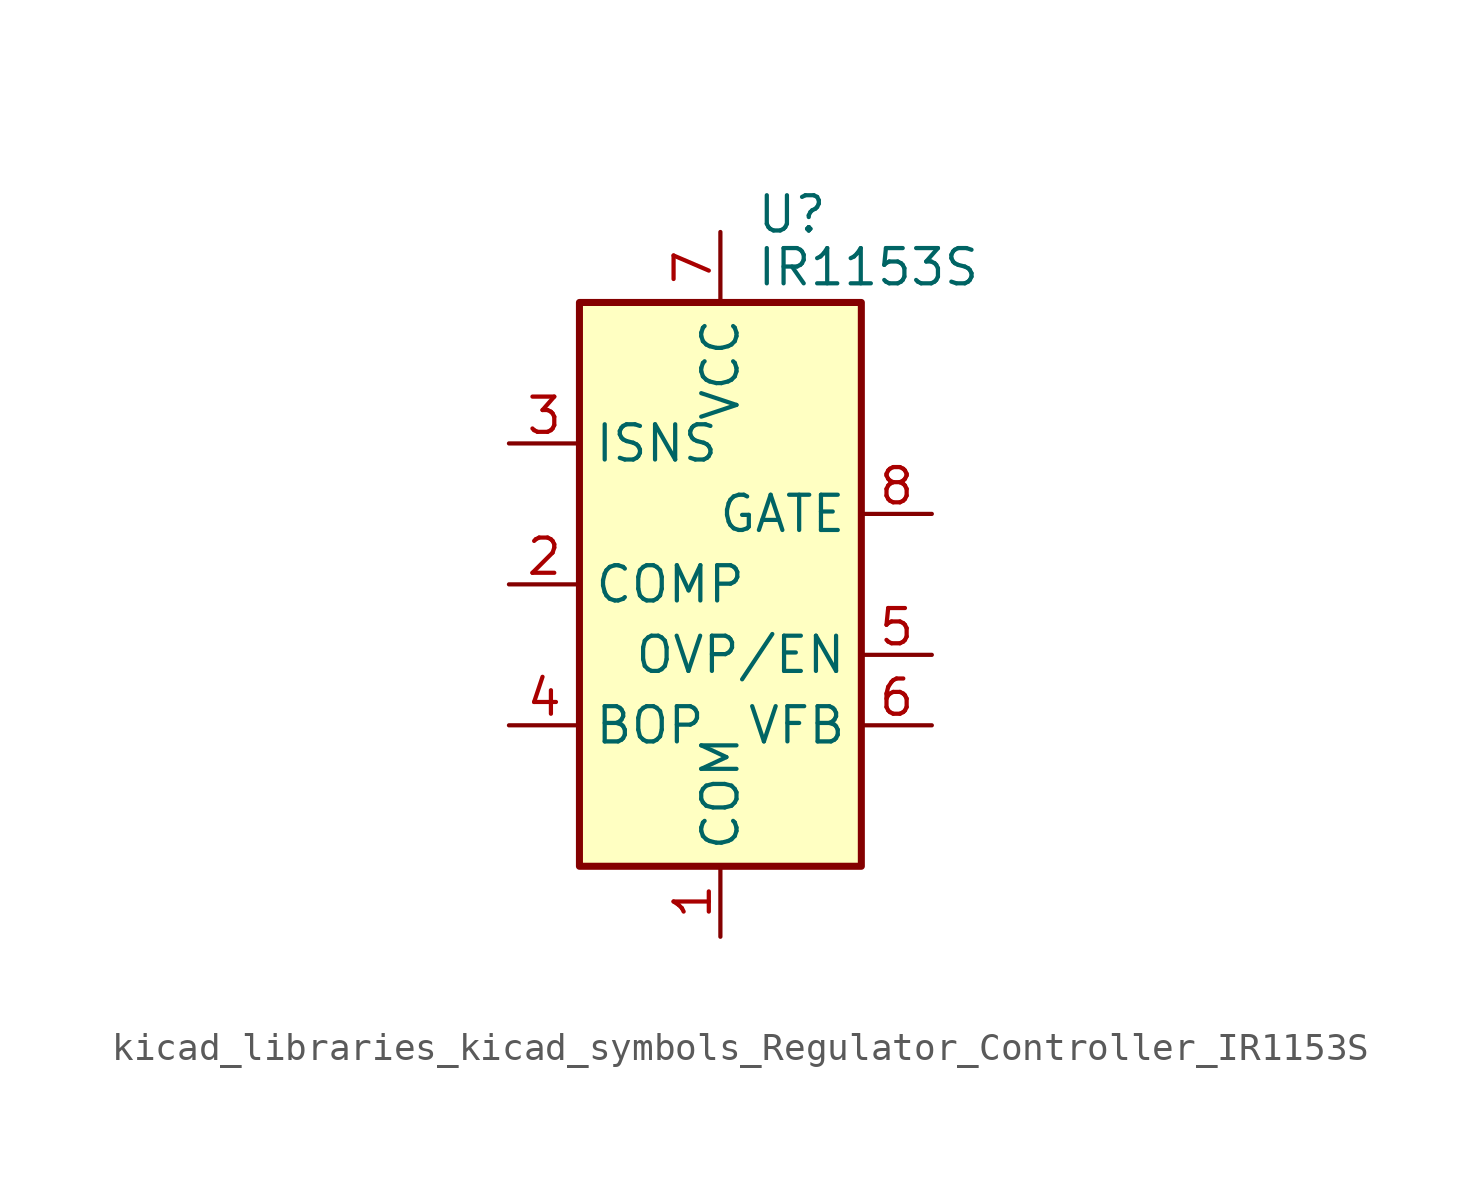
<source format=kicad_sym>
(kicad_symbol_lib
  (version 20220914)
  (generator kicad_symbol_editor)
  (symbol "kicad_libraries_kicad_symbols_Regulator_Controller_IR1153S"
    (property "Reference" "U"
      (at 1.27 13.335 0)
      (effects (font (size 1.27 1.27)) (justify left)))
    (property "Value" "IR1153S"
      (at 1.27 11.43 0)
      (effects (font (size 1.27 1.27)) (justify left)))
    (symbol "kicad_libraries_kicad_symbols_Regulator_Controller_IR1153S_0_1"
      (rectangle (start -5.08 -10.16) (end 5.08 10.16) (stroke (width 0.254) (type default)) (fill (type background))))
    (symbol "kicad_libraries_kicad_symbols_Regulator_Controller_IR1153S_1_1"
      (pin power_in line (at 0 -12.7 90) (length 2.54) (name "COM" (effects (font (size 1.27 1.27)))) (number "1" (effects (font (size 1.27 1.27)))))
      (pin output line (at -7.62 0 0) (length 2.54) (name "COMP" (effects (font (size 1.27 1.27)))) (number "2" (effects (font (size 1.27 1.27)))))
      (pin passive line (at -7.62 5.08 0) (length 2.54) (name "ISNS" (effects (font (size 1.27 1.27)))) (number "3" (effects (font (size 1.27 1.27)))))
      (pin input line (at -7.62 -5.08 0) (length 2.54) (name "BOP" (effects (font (size 1.27 1.27)))) (number "4" (effects (font (size 1.27 1.27)))))
      (pin input line (at 7.62 -2.54 180) (length 2.54) (name "OVP/EN" (effects (font (size 1.27 1.27)))) (number "5" (effects (font (size 1.27 1.27)))))
      (pin input line (at 7.62 -5.08 180) (length 2.54) (name "VFB" (effects (font (size 1.27 1.27)))) (number "6" (effects (font (size 1.27 1.27)))))
      (pin power_in line (at 0 12.7 270) (length 2.54) (name "VCC" (effects (font (size 1.27 1.27)))) (number "7" (effects (font (size 1.27 1.27)))))
      (pin output line (at 7.62 2.54 180) (length 2.54) (name "GATE" (effects (font (size 1.27 1.27)))) (number "8" (effects (font (size 1.27 1.27))))))))
</source>
